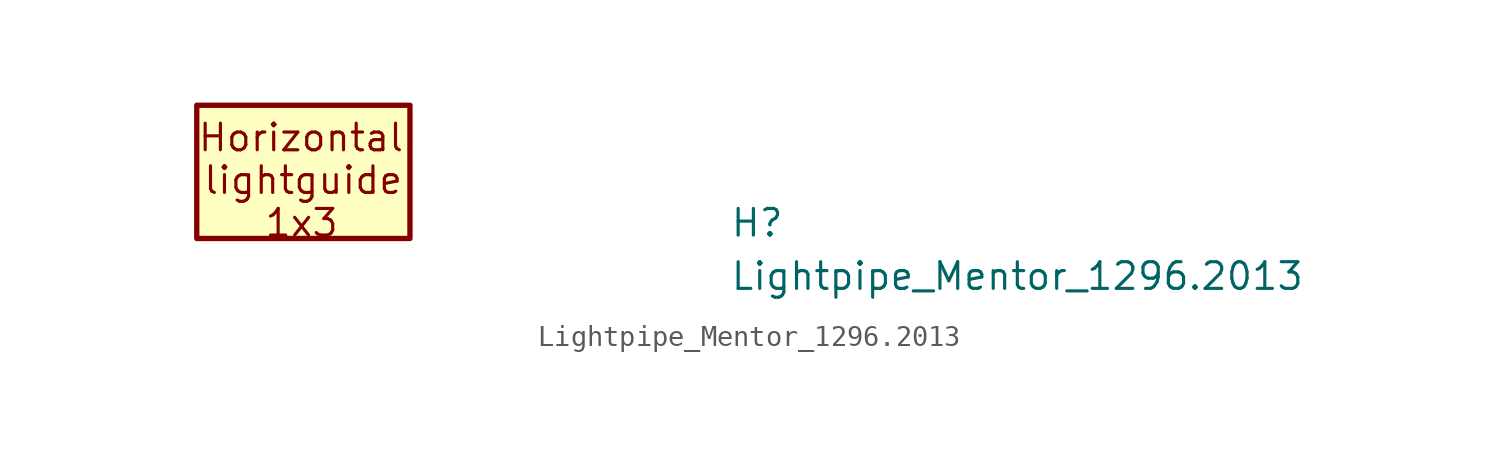
<source format=kicad_sym>
(kicad_symbol_lib
  (version 20220914)
  (generator kicad_symbol_editor)
  (symbol "Lightpipe_Mentor_1296.2013"
    (property "Reference" "H"
      (at 20.32 -2.54 0)
      (effects (font (size 1.27 1.27) (thickness 0.15)) (justify left bottom)))
    (property "Value" "Lightpipe_Mentor_1296.2013"
      (at 20.32 -5.08 0)
      (effects (font (size 1.27 1.27) (thickness 0.15)) (justify left bottom)))
    (symbol "Lightpipe_Mentor_1296.2013_1_1"
      (rectangle (start 5.08 -2.54) (end -5.08 3.81) (stroke (width 0.254) (type default)) (fill (type background)))
      (text "1x3" (at -1.905 -2.54 0) (effects (font (size 1.27 1.27) (thickness 0.15)) (justify left bottom)))
      (text "Horizontal" (at -5.08 1.524 0) (effects (font (size 1.27 1.27) (thickness 0.15)) (justify left bottom)))
      (text "lightguide" (at -4.826 -0.508 0) (effects (font (size 1.27 1.27) (thickness 0.15)) (justify left bottom))))))
</source>
